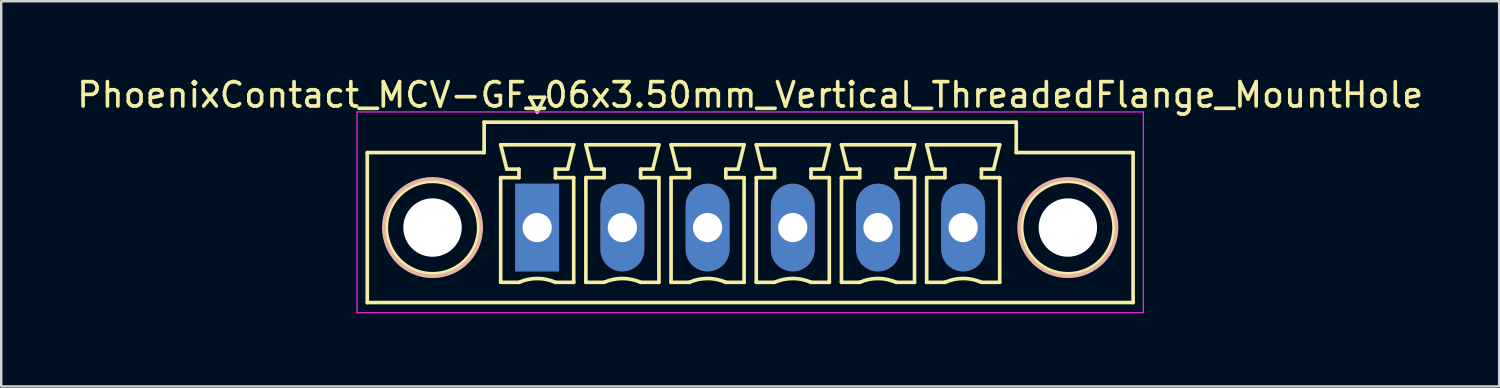
<source format=kicad_pcb>
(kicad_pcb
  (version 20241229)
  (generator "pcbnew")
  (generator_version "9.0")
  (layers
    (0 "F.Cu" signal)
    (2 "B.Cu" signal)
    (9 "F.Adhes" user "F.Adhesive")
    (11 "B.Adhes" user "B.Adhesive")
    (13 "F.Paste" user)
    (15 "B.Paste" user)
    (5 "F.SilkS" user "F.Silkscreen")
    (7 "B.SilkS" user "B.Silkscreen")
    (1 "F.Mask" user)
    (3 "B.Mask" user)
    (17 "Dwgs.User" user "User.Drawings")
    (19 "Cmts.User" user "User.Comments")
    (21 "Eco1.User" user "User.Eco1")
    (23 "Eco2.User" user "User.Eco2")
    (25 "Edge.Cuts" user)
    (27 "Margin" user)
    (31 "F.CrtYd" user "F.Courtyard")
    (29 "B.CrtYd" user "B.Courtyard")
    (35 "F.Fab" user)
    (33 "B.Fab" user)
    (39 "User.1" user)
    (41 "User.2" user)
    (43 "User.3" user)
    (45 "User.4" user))
  (footprint "PhoenixContact_MCV-GF_06x3.50mm_Vertical_ThreadedFlange_MountHole"
    (layer "F.Cu")
    (at 19.018 6.298)
    (property "Reference" "PhoenixContact_MCV-GF_06x3.50mm_Vertical_ThreadedFlange_MountHole" (at 8.75 -5.45 0) (layer "F.SilkS") (effects (font (size 1 1) (thickness 0.15))))
    (attr through_hole)
    (fp_line (start -6.98 -3.08) (end -6.98 3.08) (stroke (width 0.15) (type solid)) (layer "F.SilkS"))
    (fp_line (start -6.98 3.08) (end 24.48 3.08) (stroke (width 0.15) (type solid)) (layer "F.SilkS"))
    (fp_line (start -2.18 -4.33) (end -2.18 -3.08) (stroke (width 0.15) (type solid)) (layer "F.SilkS"))
    (fp_line (start -2.18 -3.08) (end -6.98 -3.08) (stroke (width 0.15) (type solid)) (layer "F.SilkS"))
    (fp_line (start -1.5 -3.4) (end 1.5 -3.4) (stroke (width 0.15) (type solid)) (layer "F.SilkS"))
    (fp_line (start -1.5 -2.05) (end -0.75 -2.05) (stroke (width 0.15) (type solid)) (layer "F.SilkS"))
    (fp_line (start -1.5 2.25) (end -1.5 -2.05) (stroke (width 0.15) (type solid)) (layer "F.SilkS"))
    (fp_line (start -1.25 -2.4) (end -1.5 -3.4) (stroke (width 0.15) (type solid)) (layer "F.SilkS"))
    (fp_line (start -0.75 -2.4) (end -1.25 -2.4) (stroke (width 0.15) (type solid)) (layer "F.SilkS"))
    (fp_line (start -0.75 -2.05) (end -0.75 -2.4) (stroke (width 0.15) (type solid)) (layer "F.SilkS"))
    (fp_line (start -0.75 2.25) (end -1.5 2.25) (stroke (width 0.15) (type solid)) (layer "F.SilkS"))
    (fp_line (start -0.3 -5.35) (end 0 -4.75) (stroke (width 0.15) (type solid)) (layer "F.SilkS"))
    (fp_line (start 0 -4.75) (end 0.3 -5.35) (stroke (width 0.15) (type solid)) (layer "F.SilkS"))
    (fp_line (start 0.3 -5.35) (end -0.3 -5.35) (stroke (width 0.15) (type solid)) (layer "F.SilkS"))
    (fp_line (start 0.75 -2.4) (end 0.75 -2.05) (stroke (width 0.15) (type solid)) (layer "F.SilkS"))
    (fp_line (start 0.75 -2.05) (end 0.75 -2.05) (stroke (width 0.15) (type solid)) (layer "F.SilkS"))
    (fp_line (start 0.75 -2.05) (end 1.5 -2.05) (stroke (width 0.15) (type solid)) (layer "F.SilkS"))
    (fp_line (start 1.25 -2.4) (end 0.75 -2.4) (stroke (width 0.15) (type solid)) (layer "F.SilkS"))
    (fp_line (start 1.5 -3.4) (end 1.25 -2.4) (stroke (width 0.15) (type solid)) (layer "F.SilkS"))
    (fp_line (start 1.5 -2.05) (end 1.5 2.25) (stroke (width 0.15) (type solid)) (layer "F.SilkS"))
    (fp_line (start 1.5 2.25) (end 0.75 2.25) (stroke (width 0.15) (type solid)) (layer "F.SilkS"))
    (fp_line (start 2 -3.4) (end 5 -3.4) (stroke (width 0.15) (type solid)) (layer "F.SilkS"))
    (fp_line (start 2 -2.05) (end 2.75 -2.05) (stroke (width 0.15) (type solid)) (layer "F.SilkS"))
    (fp_line (start 2 2.25) (end 2 -2.05) (stroke (width 0.15) (type solid)) (layer "F.SilkS"))
    (fp_line (start 2.25 -2.4) (end 2 -3.4) (stroke (width 0.15) (type solid)) (layer "F.SilkS"))
    (fp_line (start 2.75 -2.4) (end 2.25 -2.4) (stroke (width 0.15) (type solid)) (layer "F.SilkS"))
    (fp_line (start 2.75 -2.05) (end 2.75 -2.4) (stroke (width 0.15) (type solid)) (layer "F.SilkS"))
    (fp_line (start 2.75 2.25) (end 2 2.25) (stroke (width 0.15) (type solid)) (layer "F.SilkS"))
    (fp_line (start 4.25 -2.4) (end 4.25 -2.05) (stroke (width 0.15) (type solid)) (layer "F.SilkS"))
    (fp_line (start 4.25 -2.05) (end 4.25 -2.05) (stroke (width 0.15) (type solid)) (layer "F.SilkS"))
    (fp_line (start 4.25 -2.05) (end 5 -2.05) (stroke (width 0.15) (type solid)) (layer "F.SilkS"))
    (fp_line (start 4.75 -2.4) (end 4.25 -2.4) (stroke (width 0.15) (type solid)) (layer "F.SilkS"))
    (fp_line (start 5 -3.4) (end 4.75 -2.4) (stroke (width 0.15) (type solid)) (layer "F.SilkS"))
    (fp_line (start 5 -2.05) (end 5 2.25) (stroke (width 0.15) (type solid)) (layer "F.SilkS"))
    (fp_line (start 5 2.25) (end 4.25 2.25) (stroke (width 0.15) (type solid)) (layer "F.SilkS"))
    (fp_line (start 5.5 -3.4) (end 8.5 -3.4) (stroke (width 0.15) (type solid)) (layer "F.SilkS"))
    (fp_line (start 5.5 -2.05) (end 6.25 -2.05) (stroke (width 0.15) (type solid)) (layer "F.SilkS"))
    (fp_line (start 5.5 2.25) (end 5.5 -2.05) (stroke (width 0.15) (type solid)) (layer "F.SilkS"))
    (fp_line (start 5.75 -2.4) (end 5.5 -3.4) (stroke (width 0.15) (type solid)) (layer "F.SilkS"))
    (fp_line (start 6.25 -2.4) (end 5.75 -2.4) (stroke (width 0.15) (type solid)) (layer "F.SilkS"))
    (fp_line (start 6.25 -2.05) (end 6.25 -2.4) (stroke (width 0.15) (type solid)) (layer "F.SilkS"))
    (fp_line (start 6.25 2.25) (end 5.5 2.25) (stroke (width 0.15) (type solid)) (layer "F.SilkS"))
    (fp_line (start 7.75 -2.4) (end 7.75 -2.05) (stroke (width 0.15) (type solid)) (layer "F.SilkS"))
    (fp_line (start 7.75 -2.05) (end 7.75 -2.05) (stroke (width 0.15) (type solid)) (layer "F.SilkS"))
    (fp_line (start 7.75 -2.05) (end 8.5 -2.05) (stroke (width 0.15) (type solid)) (layer "F.SilkS"))
    (fp_line (start 8.25 -2.4) (end 7.75 -2.4) (stroke (width 0.15) (type solid)) (layer "F.SilkS"))
    (fp_line (start 8.5 -3.4) (end 8.25 -2.4) (stroke (width 0.15) (type solid)) (layer "F.SilkS"))
    (fp_line (start 8.5 -2.05) (end 8.5 2.25) (stroke (width 0.15) (type solid)) (layer "F.SilkS"))
    (fp_line (start 8.5 2.25) (end 7.75 2.25) (stroke (width 0.15) (type solid)) (layer "F.SilkS"))
    (fp_line (start 9 -3.4) (end 12 -3.4) (stroke (width 0.15) (type solid)) (layer "F.SilkS"))
    (fp_line (start 9 -2.05) (end 9.75 -2.05) (stroke (width 0.15) (type solid)) (layer "F.SilkS"))
    (fp_line (start 9 2.25) (end 9 -2.05) (stroke (width 0.15) (type solid)) (layer "F.SilkS"))
    (fp_line (start 9.25 -2.4) (end 9 -3.4) (stroke (width 0.15) (type solid)) (layer "F.SilkS"))
    (fp_line (start 9.75 -2.4) (end 9.25 -2.4) (stroke (width 0.15) (type solid)) (layer "F.SilkS"))
    (fp_line (start 9.75 -2.05) (end 9.75 -2.4) (stroke (width 0.15) (type solid)) (layer "F.SilkS"))
    (fp_line (start 9.75 2.25) (end 9 2.25) (stroke (width 0.15) (type solid)) (layer "F.SilkS"))
    (fp_line (start 11.25 -2.4) (end 11.25 -2.05) (stroke (width 0.15) (type solid)) (layer "F.SilkS"))
    (fp_line (start 11.25 -2.05) (end 11.25 -2.05) (stroke (width 0.15) (type solid)) (layer "F.SilkS"))
    (fp_line (start 11.25 -2.05) (end 12 -2.05) (stroke (width 0.15) (type solid)) (layer "F.SilkS"))
    (fp_line (start 11.75 -2.4) (end 11.25 -2.4) (stroke (width 0.15) (type solid)) (layer "F.SilkS"))
    (fp_line (start 12 -3.4) (end 11.75 -2.4) (stroke (width 0.15) (type solid)) (layer "F.SilkS"))
    (fp_line (start 12 -2.05) (end 12 2.25) (stroke (width 0.15) (type solid)) (layer "F.SilkS"))
    (fp_line (start 12 2.25) (end 11.25 2.25) (stroke (width 0.15) (type solid)) (layer "F.SilkS"))
    (fp_line (start 12.5 -3.4) (end 15.5 -3.4) (stroke (width 0.15) (type solid)) (layer "F.SilkS"))
    (fp_line (start 12.5 -2.05) (end 13.25 -2.05) (stroke (width 0.15) (type solid)) (layer "F.SilkS"))
    (fp_line (start 12.5 2.25) (end 12.5 -2.05) (stroke (width 0.15) (type solid)) (layer "F.SilkS"))
    (fp_line (start 12.75 -2.4) (end 12.5 -3.4) (stroke (width 0.15) (type solid)) (layer "F.SilkS"))
    (fp_line (start 13.25 -2.4) (end 12.75 -2.4) (stroke (width 0.15) (type solid)) (layer "F.SilkS"))
    (fp_line (start 13.25 -2.05) (end 13.25 -2.4) (stroke (width 0.15) (type solid)) (layer "F.SilkS"))
    (fp_line (start 13.25 2.25) (end 12.5 2.25) (stroke (width 0.15) (type solid)) (layer "F.SilkS"))
    (fp_line (start 14.75 -2.4) (end 14.75 -2.05) (stroke (width 0.15) (type solid)) (layer "F.SilkS"))
    (fp_line (start 14.75 -2.05) (end 14.75 -2.05) (stroke (width 0.15) (type solid)) (layer "F.SilkS"))
    (fp_line (start 14.75 -2.05) (end 15.5 -2.05) (stroke (width 0.15) (type solid)) (layer "F.SilkS"))
    (fp_line (start 15.25 -2.4) (end 14.75 -2.4) (stroke (width 0.15) (type solid)) (layer "F.SilkS"))
    (fp_line (start 15.5 -3.4) (end 15.25 -2.4) (stroke (width 0.15) (type solid)) (layer "F.SilkS"))
    (fp_line (start 15.5 -2.05) (end 15.5 2.25) (stroke (width 0.15) (type solid)) (layer "F.SilkS"))
    (fp_line (start 15.5 2.25) (end 14.75 2.25) (stroke (width 0.15) (type solid)) (layer "F.SilkS"))
    (fp_line (start 16 -3.4) (end 19 -3.4) (stroke (width 0.15) (type solid)) (layer "F.SilkS"))
    (fp_line (start 16 -2.05) (end 16.75 -2.05) (stroke (width 0.15) (type solid)) (layer "F.SilkS"))
    (fp_line (start 16 2.25) (end 16 -2.05) (stroke (width 0.15) (type solid)) (layer "F.SilkS"))
    (fp_line (start 16.25 -2.4) (end 16 -3.4) (stroke (width 0.15) (type solid)) (layer "F.SilkS"))
    (fp_line (start 16.75 -2.4) (end 16.25 -2.4) (stroke (width 0.15) (type solid)) (layer "F.SilkS"))
    (fp_line (start 16.75 -2.05) (end 16.75 -2.4) (stroke (width 0.15) (type solid)) (layer "F.SilkS"))
    (fp_line (start 16.75 2.25) (end 16 2.25) (stroke (width 0.15) (type solid)) (layer "F.SilkS"))
    (fp_line (start 18.25 -2.4) (end 18.25 -2.05) (stroke (width 0.15) (type solid)) (layer "F.SilkS"))
    (fp_line (start 18.25 -2.05) (end 18.25 -2.05) (stroke (width 0.15) (type solid)) (layer "F.SilkS"))
    (fp_line (start 18.25 -2.05) (end 19 -2.05) (stroke (width 0.15) (type solid)) (layer "F.SilkS"))
    (fp_line (start 18.75 -2.4) (end 18.25 -2.4) (stroke (width 0.15) (type solid)) (layer "F.SilkS"))
    (fp_line (start 19 -3.4) (end 18.75 -2.4) (stroke (width 0.15) (type solid)) (layer "F.SilkS"))
    (fp_line (start 19 -2.05) (end 19 2.25) (stroke (width 0.15) (type solid)) (layer "F.SilkS"))
    (fp_line (start 19 2.25) (end 18.25 2.25) (stroke (width 0.15) (type solid)) (layer "F.SilkS"))
    (fp_line (start 19.68 -4.33) (end -2.18 -4.33) (stroke (width 0.15) (type solid)) (layer "F.SilkS"))
    (fp_line (start 19.68 -3.08) (end 19.68 -4.33) (stroke (width 0.15) (type solid)) (layer "F.SilkS"))
    (fp_line (start 24.48 -3.08) (end 19.68 -3.08) (stroke (width 0.15) (type solid)) (layer "F.SilkS"))
    (fp_line (start 24.48 3.08) (end 24.48 -3.08) (stroke (width 0.15) (type solid)) (layer "F.SilkS"))
    (fp_arc (start -0.75 2.25) (mid -0.000193 2.09191) (end 0.749647 2.249844) (stroke (width 0.15) (type solid)) (layer "F.SilkS"))
    (fp_arc (start 2.75 2.25) (mid 3.499807 2.09191) (end 4.249647 2.249844) (stroke (width 0.15) (type solid)) (layer "F.SilkS"))
    (fp_arc (start 6.25 2.25) (mid 6.999807 2.09191) (end 7.749647 2.249844) (stroke (width 0.15) (type solid)) (layer "F.SilkS"))
    (fp_arc (start 9.75 2.25) (mid 10.499807 2.09191) (end 11.249647 2.249844) (stroke (width 0.15) (type solid)) (layer "F.SilkS"))
    (fp_arc (start 13.25 2.25) (mid 13.999807 2.09191) (end 14.749647 2.249844) (stroke (width 0.15) (type solid)) (layer "F.SilkS"))
    (fp_arc (start 16.75 2.25) (mid 17.499807 2.09191) (end 18.249647 2.249844) (stroke (width 0.15) (type solid)) (layer "F.SilkS"))
    (fp_circle (center -4.3 0) (end -2.4 0) (stroke (width 0.15) (type solid)) (fill no) (layer "F.SilkS"))
    (fp_circle (center 21.8 0) (end 23.7 0) (stroke (width 0.15) (type solid)) (fill no) (layer "F.SilkS"))
    (fp_circle (center -4.3 0) (end -2.3 0) (stroke (width 0.15) (type solid)) (fill no) (layer "B.SilkS"))
    (fp_circle (center 21.8 0) (end 23.8 0) (stroke (width 0.15) (type solid)) (fill no) (layer "B.SilkS"))
    (fp_line (start -7.4 -4.75) (end -7.4 3.5) (stroke (width 0.05) (type solid)) (layer "F.CrtYd"))
    (fp_line (start -7.4 3.5) (end 24.9 3.5) (stroke (width 0.05) (type solid)) (layer "F.CrtYd"))
    (fp_line (start 24.9 -4.75) (end -7.4 -4.75) (stroke (width 0.05) (type solid)) (layer "F.CrtYd"))
    (fp_line (start 24.9 3.5) (end 24.9 -4.75) (stroke (width 0.05) (type solid)) (layer "F.CrtYd"))
    (pad "" np_thru_hole circle (at -4.3 0) (size 2.4 2.4) (drill 2.4) (layers "*.Cu" "*.Mask"))
    (pad "" np_thru_hole circle (at 21.8 0) (size 2.4 2.4) (drill 2.4) (layers "*.Cu" "*.Mask"))
    (pad "1" thru_hole rect (at 0 0) (size 1.8 3.6) (drill 1.2) (layers "*.Cu" "*.Mask"))
    (pad "2" thru_hole oval (at 3.5 0) (size 1.8 3.6) (drill 1.2) (layers "*.Cu" "*.Mask"))
    (pad "3" thru_hole oval (at 7 0) (size 1.8 3.6) (drill 1.2) (layers "*.Cu" "*.Mask"))
    (pad "4" thru_hole oval (at 10.5 0) (size 1.8 3.6) (drill 1.2) (layers "*.Cu" "*.Mask"))
    (pad "5" thru_hole oval (at 14 0) (size 1.8 3.6) (drill 1.2) (layers "*.Cu" "*.Mask"))
    (pad "6" thru_hole oval (at 17.5 0) (size 1.8 3.6) (drill 1.2) (layers "*.Cu" "*.Mask")))
  (gr_rect
    (start -3 -3)
    (end 58.536 12.823)
    (stroke (width 0.1) (type default))
    (fill no)
    (layer "Edge.Cuts")))
</source>
